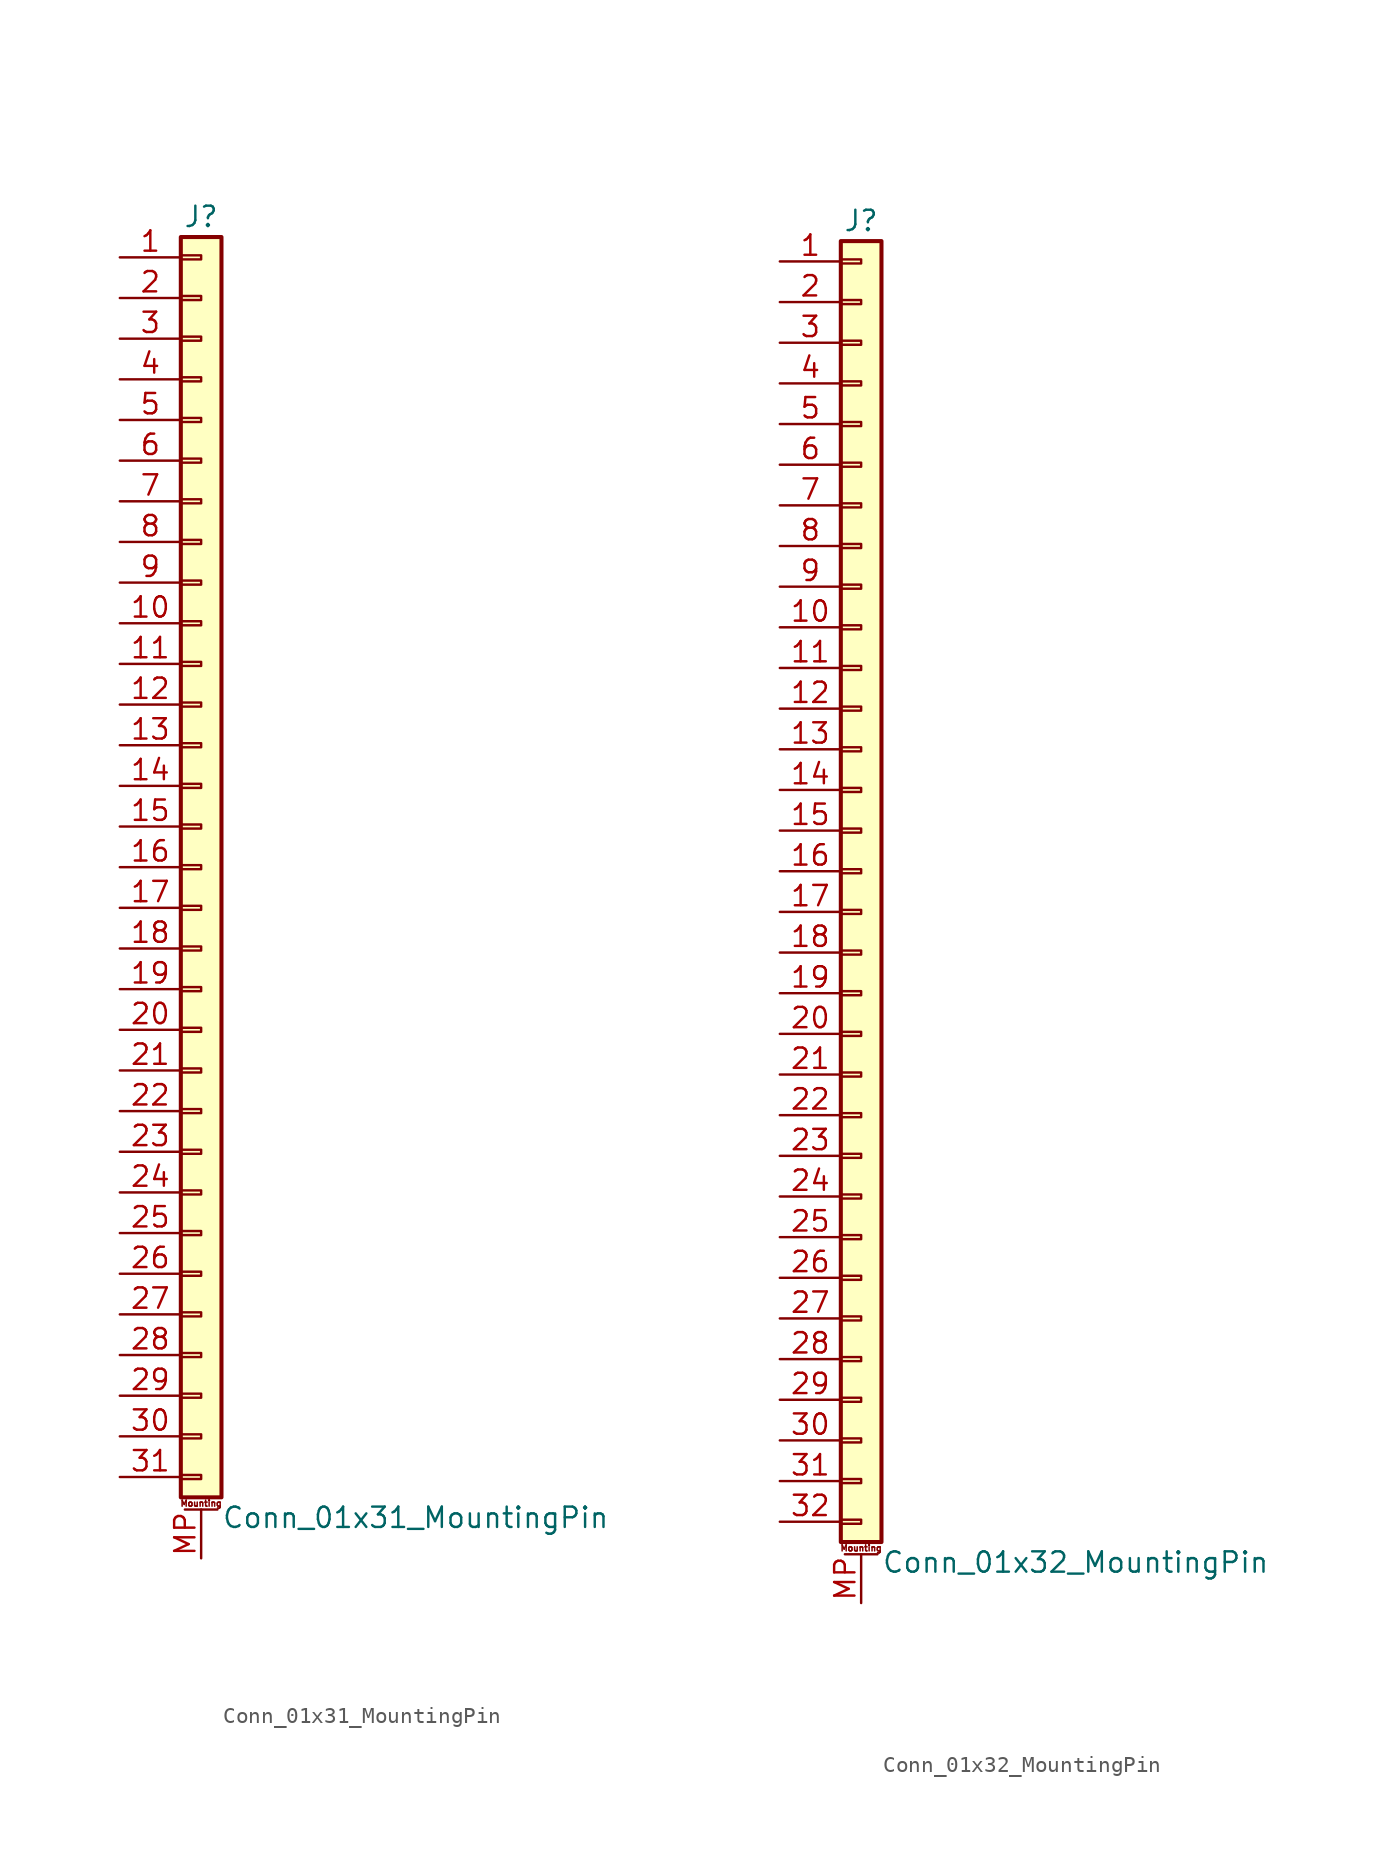
<source format=kicad_sym>
(kicad_symbol_lib
  (version 20211014)
  (generator kicad_symbol_editor)
  (symbol "Conn_01x31_MountingPin"
    (pin_names
      (offset 1.016) hide)
    (property "Reference" "J"
      (at 0 40.64 0)
      (effects (font (size 1.27 1.27))))
    (property "Value" "Conn_01x31_MountingPin"
      (at 1.27 -40.64 0)
      (effects (font (size 1.27 1.27)) (justify left)))
    (symbol "Conn_01x31_MountingPin_1_1"
      (rectangle (start -1.27 -37.973) (end 0 -38.227) (stroke (width 0.152) (type default) (color 0 0 0 0)) (fill (type none)))
      (rectangle (start -1.27 -35.433) (end 0 -35.687) (stroke (width 0.152) (type default) (color 0 0 0 0)) (fill (type none)))
      (rectangle (start -1.27 -32.893) (end 0 -33.147) (stroke (width 0.152) (type default) (color 0 0 0 0)) (fill (type none)))
      (rectangle (start -1.27 -30.353) (end 0 -30.607) (stroke (width 0.152) (type default) (color 0 0 0 0)) (fill (type none)))
      (rectangle (start -1.27 -27.813) (end 0 -28.067) (stroke (width 0.152) (type default) (color 0 0 0 0)) (fill (type none)))
      (rectangle (start -1.27 -25.273) (end 0 -25.527) (stroke (width 0.152) (type default) (color 0 0 0 0)) (fill (type none)))
      (rectangle (start -1.27 -22.733) (end 0 -22.987) (stroke (width 0.152) (type default) (color 0 0 0 0)) (fill (type none)))
      (rectangle (start -1.27 -20.193) (end 0 -20.447) (stroke (width 0.152) (type default) (color 0 0 0 0)) (fill (type none)))
      (rectangle (start -1.27 -17.653) (end 0 -17.907) (stroke (width 0.152) (type default) (color 0 0 0 0)) (fill (type none)))
      (rectangle (start -1.27 -15.113) (end 0 -15.367) (stroke (width 0.152) (type default) (color 0 0 0 0)) (fill (type none)))
      (rectangle (start -1.27 -12.573) (end 0 -12.827) (stroke (width 0.152) (type default) (color 0 0 0 0)) (fill (type none)))
      (rectangle (start -1.27 -10.033) (end 0 -10.287) (stroke (width 0.152) (type default) (color 0 0 0 0)) (fill (type none)))
      (rectangle (start -1.27 -7.493) (end 0 -7.747) (stroke (width 0.152) (type default) (color 0 0 0 0)) (fill (type none)))
      (rectangle (start -1.27 -4.953) (end 0 -5.207) (stroke (width 0.152) (type default) (color 0 0 0 0)) (fill (type none)))
      (rectangle (start -1.27 -2.413) (end 0 -2.667) (stroke (width 0.152) (type default) (color 0 0 0 0)) (fill (type none)))
      (rectangle (start -1.27 0.127) (end 0 -0.127) (stroke (width 0.152) (type default) (color 0 0 0 0)) (fill (type none)))
      (rectangle (start -1.27 2.667) (end 0 2.413) (stroke (width 0.152) (type default) (color 0 0 0 0)) (fill (type none)))
      (rectangle (start -1.27 5.207) (end 0 4.953) (stroke (width 0.152) (type default) (color 0 0 0 0)) (fill (type none)))
      (rectangle (start -1.27 7.747) (end 0 7.493) (stroke (width 0.152) (type default) (color 0 0 0 0)) (fill (type none)))
      (rectangle (start -1.27 10.287) (end 0 10.033) (stroke (width 0.152) (type default) (color 0 0 0 0)) (fill (type none)))
      (rectangle (start -1.27 12.827) (end 0 12.573) (stroke (width 0.152) (type default) (color 0 0 0 0)) (fill (type none)))
      (rectangle (start -1.27 15.367) (end 0 15.113) (stroke (width 0.152) (type default) (color 0 0 0 0)) (fill (type none)))
      (rectangle (start -1.27 17.907) (end 0 17.653) (stroke (width 0.152) (type default) (color 0 0 0 0)) (fill (type none)))
      (rectangle (start -1.27 20.447) (end 0 20.193) (stroke (width 0.152) (type default) (color 0 0 0 0)) (fill (type none)))
      (rectangle (start -1.27 22.987) (end 0 22.733) (stroke (width 0.152) (type default) (color 0 0 0 0)) (fill (type none)))
      (rectangle (start -1.27 25.527) (end 0 25.273) (stroke (width 0.152) (type default) (color 0 0 0 0)) (fill (type none)))
      (rectangle (start -1.27 28.067) (end 0 27.813) (stroke (width 0.152) (type default) (color 0 0 0 0)) (fill (type none)))
      (rectangle (start -1.27 30.607) (end 0 30.353) (stroke (width 0.152) (type default) (color 0 0 0 0)) (fill (type none)))
      (rectangle (start -1.27 33.147) (end 0 32.893) (stroke (width 0.152) (type default) (color 0 0 0 0)) (fill (type none)))
      (rectangle (start -1.27 35.687) (end 0 35.433) (stroke (width 0.152) (type default) (color 0 0 0 0)) (fill (type none)))
      (rectangle (start -1.27 38.227) (end 0 37.973) (stroke (width 0.152) (type default) (color 0 0 0 0)) (fill (type none)))
      (rectangle (start -1.27 39.37) (end 1.27 -39.37) (stroke (width 0.254) (type default) (color 0 0 0 0)) (fill (type background)))
      (polyline (pts (xy -1.016 -40.132) (xy 1.016 -40.132)) (stroke (width 0.152) (type default) (color 0 0 0 0)) (fill (type none)))
      (text "Mounting" (at 0 -39.751 0) (effects (font (size 0.381 0.381))))
      (pin passive line (at -5.08 38.1 0) (length 3.81) (name "Pin_1" (effects (font (size 1.27 1.27)))) (number "1" (effects (font (size 1.27 1.27)))))
      (pin passive line (at -5.08 15.24 0) (length 3.81) (name "Pin_10" (effects (font (size 1.27 1.27)))) (number "10" (effects (font (size 1.27 1.27)))))
      (pin passive line (at -5.08 12.7 0) (length 3.81) (name "Pin_11" (effects (font (size 1.27 1.27)))) (number "11" (effects (font (size 1.27 1.27)))))
      (pin passive line (at -5.08 10.16 0) (length 3.81) (name "Pin_12" (effects (font (size 1.27 1.27)))) (number "12" (effects (font (size 1.27 1.27)))))
      (pin passive line (at -5.08 7.62 0) (length 3.81) (name "Pin_13" (effects (font (size 1.27 1.27)))) (number "13" (effects (font (size 1.27 1.27)))))
      (pin passive line (at -5.08 5.08 0) (length 3.81) (name "Pin_14" (effects (font (size 1.27 1.27)))) (number "14" (effects (font (size 1.27 1.27)))))
      (pin passive line (at -5.08 2.54 0) (length 3.81) (name "Pin_15" (effects (font (size 1.27 1.27)))) (number "15" (effects (font (size 1.27 1.27)))))
      (pin passive line (at -5.08 0 0) (length 3.81) (name "Pin_16" (effects (font (size 1.27 1.27)))) (number "16" (effects (font (size 1.27 1.27)))))
      (pin passive line (at -5.08 -2.54 0) (length 3.81) (name "Pin_17" (effects (font (size 1.27 1.27)))) (number "17" (effects (font (size 1.27 1.27)))))
      (pin passive line (at -5.08 -5.08 0) (length 3.81) (name "Pin_18" (effects (font (size 1.27 1.27)))) (number "18" (effects (font (size 1.27 1.27)))))
      (pin passive line (at -5.08 -7.62 0) (length 3.81) (name "Pin_19" (effects (font (size 1.27 1.27)))) (number "19" (effects (font (size 1.27 1.27)))))
      (pin passive line (at -5.08 35.56 0) (length 3.81) (name "Pin_2" (effects (font (size 1.27 1.27)))) (number "2" (effects (font (size 1.27 1.27)))))
      (pin passive line (at -5.08 -10.16 0) (length 3.81) (name "Pin_20" (effects (font (size 1.27 1.27)))) (number "20" (effects (font (size 1.27 1.27)))))
      (pin passive line (at -5.08 -12.7 0) (length 3.81) (name "Pin_21" (effects (font (size 1.27 1.27)))) (number "21" (effects (font (size 1.27 1.27)))))
      (pin passive line (at -5.08 -15.24 0) (length 3.81) (name "Pin_22" (effects (font (size 1.27 1.27)))) (number "22" (effects (font (size 1.27 1.27)))))
      (pin passive line (at -5.08 -17.78 0) (length 3.81) (name "Pin_23" (effects (font (size 1.27 1.27)))) (number "23" (effects (font (size 1.27 1.27)))))
      (pin passive line (at -5.08 -20.32 0) (length 3.81) (name "Pin_24" (effects (font (size 1.27 1.27)))) (number "24" (effects (font (size 1.27 1.27)))))
      (pin passive line (at -5.08 -22.86 0) (length 3.81) (name "Pin_25" (effects (font (size 1.27 1.27)))) (number "25" (effects (font (size 1.27 1.27)))))
      (pin passive line (at -5.08 -25.4 0) (length 3.81) (name "Pin_26" (effects (font (size 1.27 1.27)))) (number "26" (effects (font (size 1.27 1.27)))))
      (pin passive line (at -5.08 -27.94 0) (length 3.81) (name "Pin_27" (effects (font (size 1.27 1.27)))) (number "27" (effects (font (size 1.27 1.27)))))
      (pin passive line (at -5.08 -30.48 0) (length 3.81) (name "Pin_28" (effects (font (size 1.27 1.27)))) (number "28" (effects (font (size 1.27 1.27)))))
      (pin passive line (at -5.08 -33.02 0) (length 3.81) (name "Pin_29" (effects (font (size 1.27 1.27)))) (number "29" (effects (font (size 1.27 1.27)))))
      (pin passive line (at -5.08 33.02 0) (length 3.81) (name "Pin_3" (effects (font (size 1.27 1.27)))) (number "3" (effects (font (size 1.27 1.27)))))
      (pin passive line (at -5.08 -35.56 0) (length 3.81) (name "Pin_30" (effects (font (size 1.27 1.27)))) (number "30" (effects (font (size 1.27 1.27)))))
      (pin passive line (at -5.08 -38.1 0) (length 3.81) (name "Pin_31" (effects (font (size 1.27 1.27)))) (number "31" (effects (font (size 1.27 1.27)))))
      (pin passive line (at -5.08 30.48 0) (length 3.81) (name "Pin_4" (effects (font (size 1.27 1.27)))) (number "4" (effects (font (size 1.27 1.27)))))
      (pin passive line (at -5.08 27.94 0) (length 3.81) (name "Pin_5" (effects (font (size 1.27 1.27)))) (number "5" (effects (font (size 1.27 1.27)))))
      (pin passive line (at -5.08 25.4 0) (length 3.81) (name "Pin_6" (effects (font (size 1.27 1.27)))) (number "6" (effects (font (size 1.27 1.27)))))
      (pin passive line (at -5.08 22.86 0) (length 3.81) (name "Pin_7" (effects (font (size 1.27 1.27)))) (number "7" (effects (font (size 1.27 1.27)))))
      (pin passive line (at -5.08 20.32 0) (length 3.81) (name "Pin_8" (effects (font (size 1.27 1.27)))) (number "8" (effects (font (size 1.27 1.27)))))
      (pin passive line (at -5.08 17.78 0) (length 3.81) (name "Pin_9" (effects (font (size 1.27 1.27)))) (number "9" (effects (font (size 1.27 1.27)))))
      (pin passive line (at 0 -43.18 90) (length 3.048) (name "MountPin" (effects (font (size 1.27 1.27)))) (number "MP" (effects (font (size 1.27 1.27)))))))
  (symbol "Conn_01x32_MountingPin"
    (pin_names
      (offset 1.016) hide)
    (property "Reference" "J"
      (at 0 40.64 0)
      (effects (font (size 1.27 1.27))))
    (property "Value" "Conn_01x32_MountingPin"
      (at 1.27 -43.18 0)
      (effects (font (size 1.27 1.27)) (justify left)))
    (symbol "Conn_01x32_MountingPin_1_1"
      (rectangle (start -1.27 -40.513) (end 0 -40.767) (stroke (width 0.152) (type default) (color 0 0 0 0)) (fill (type none)))
      (rectangle (start -1.27 -37.973) (end 0 -38.227) (stroke (width 0.152) (type default) (color 0 0 0 0)) (fill (type none)))
      (rectangle (start -1.27 -35.433) (end 0 -35.687) (stroke (width 0.152) (type default) (color 0 0 0 0)) (fill (type none)))
      (rectangle (start -1.27 -32.893) (end 0 -33.147) (stroke (width 0.152) (type default) (color 0 0 0 0)) (fill (type none)))
      (rectangle (start -1.27 -30.353) (end 0 -30.607) (stroke (width 0.152) (type default) (color 0 0 0 0)) (fill (type none)))
      (rectangle (start -1.27 -27.813) (end 0 -28.067) (stroke (width 0.152) (type default) (color 0 0 0 0)) (fill (type none)))
      (rectangle (start -1.27 -25.273) (end 0 -25.527) (stroke (width 0.152) (type default) (color 0 0 0 0)) (fill (type none)))
      (rectangle (start -1.27 -22.733) (end 0 -22.987) (stroke (width 0.152) (type default) (color 0 0 0 0)) (fill (type none)))
      (rectangle (start -1.27 -20.193) (end 0 -20.447) (stroke (width 0.152) (type default) (color 0 0 0 0)) (fill (type none)))
      (rectangle (start -1.27 -17.653) (end 0 -17.907) (stroke (width 0.152) (type default) (color 0 0 0 0)) (fill (type none)))
      (rectangle (start -1.27 -15.113) (end 0 -15.367) (stroke (width 0.152) (type default) (color 0 0 0 0)) (fill (type none)))
      (rectangle (start -1.27 -12.573) (end 0 -12.827) (stroke (width 0.152) (type default) (color 0 0 0 0)) (fill (type none)))
      (rectangle (start -1.27 -10.033) (end 0 -10.287) (stroke (width 0.152) (type default) (color 0 0 0 0)) (fill (type none)))
      (rectangle (start -1.27 -7.493) (end 0 -7.747) (stroke (width 0.152) (type default) (color 0 0 0 0)) (fill (type none)))
      (rectangle (start -1.27 -4.953) (end 0 -5.207) (stroke (width 0.152) (type default) (color 0 0 0 0)) (fill (type none)))
      (rectangle (start -1.27 -2.413) (end 0 -2.667) (stroke (width 0.152) (type default) (color 0 0 0 0)) (fill (type none)))
      (rectangle (start -1.27 0.127) (end 0 -0.127) (stroke (width 0.152) (type default) (color 0 0 0 0)) (fill (type none)))
      (rectangle (start -1.27 2.667) (end 0 2.413) (stroke (width 0.152) (type default) (color 0 0 0 0)) (fill (type none)))
      (rectangle (start -1.27 5.207) (end 0 4.953) (stroke (width 0.152) (type default) (color 0 0 0 0)) (fill (type none)))
      (rectangle (start -1.27 7.747) (end 0 7.493) (stroke (width 0.152) (type default) (color 0 0 0 0)) (fill (type none)))
      (rectangle (start -1.27 10.287) (end 0 10.033) (stroke (width 0.152) (type default) (color 0 0 0 0)) (fill (type none)))
      (rectangle (start -1.27 12.827) (end 0 12.573) (stroke (width 0.152) (type default) (color 0 0 0 0)) (fill (type none)))
      (rectangle (start -1.27 15.367) (end 0 15.113) (stroke (width 0.152) (type default) (color 0 0 0 0)) (fill (type none)))
      (rectangle (start -1.27 17.907) (end 0 17.653) (stroke (width 0.152) (type default) (color 0 0 0 0)) (fill (type none)))
      (rectangle (start -1.27 20.447) (end 0 20.193) (stroke (width 0.152) (type default) (color 0 0 0 0)) (fill (type none)))
      (rectangle (start -1.27 22.987) (end 0 22.733) (stroke (width 0.152) (type default) (color 0 0 0 0)) (fill (type none)))
      (rectangle (start -1.27 25.527) (end 0 25.273) (stroke (width 0.152) (type default) (color 0 0 0 0)) (fill (type none)))
      (rectangle (start -1.27 28.067) (end 0 27.813) (stroke (width 0.152) (type default) (color 0 0 0 0)) (fill (type none)))
      (rectangle (start -1.27 30.607) (end 0 30.353) (stroke (width 0.152) (type default) (color 0 0 0 0)) (fill (type none)))
      (rectangle (start -1.27 33.147) (end 0 32.893) (stroke (width 0.152) (type default) (color 0 0 0 0)) (fill (type none)))
      (rectangle (start -1.27 35.687) (end 0 35.433) (stroke (width 0.152) (type default) (color 0 0 0 0)) (fill (type none)))
      (rectangle (start -1.27 38.227) (end 0 37.973) (stroke (width 0.152) (type default) (color 0 0 0 0)) (fill (type none)))
      (rectangle (start -1.27 39.37) (end 1.27 -41.91) (stroke (width 0.254) (type default) (color 0 0 0 0)) (fill (type background)))
      (polyline (pts (xy -1.016 -42.672) (xy 1.016 -42.672)) (stroke (width 0.152) (type default) (color 0 0 0 0)) (fill (type none)))
      (text "Mounting" (at 0 -42.291 0) (effects (font (size 0.381 0.381))))
      (pin passive line (at -5.08 38.1 0) (length 3.81) (name "Pin_1" (effects (font (size 1.27 1.27)))) (number "1" (effects (font (size 1.27 1.27)))))
      (pin passive line (at -5.08 15.24 0) (length 3.81) (name "Pin_10" (effects (font (size 1.27 1.27)))) (number "10" (effects (font (size 1.27 1.27)))))
      (pin passive line (at -5.08 12.7 0) (length 3.81) (name "Pin_11" (effects (font (size 1.27 1.27)))) (number "11" (effects (font (size 1.27 1.27)))))
      (pin passive line (at -5.08 10.16 0) (length 3.81) (name "Pin_12" (effects (font (size 1.27 1.27)))) (number "12" (effects (font (size 1.27 1.27)))))
      (pin passive line (at -5.08 7.62 0) (length 3.81) (name "Pin_13" (effects (font (size 1.27 1.27)))) (number "13" (effects (font (size 1.27 1.27)))))
      (pin passive line (at -5.08 5.08 0) (length 3.81) (name "Pin_14" (effects (font (size 1.27 1.27)))) (number "14" (effects (font (size 1.27 1.27)))))
      (pin passive line (at -5.08 2.54 0) (length 3.81) (name "Pin_15" (effects (font (size 1.27 1.27)))) (number "15" (effects (font (size 1.27 1.27)))))
      (pin passive line (at -5.08 0 0) (length 3.81) (name "Pin_16" (effects (font (size 1.27 1.27)))) (number "16" (effects (font (size 1.27 1.27)))))
      (pin passive line (at -5.08 -2.54 0) (length 3.81) (name "Pin_17" (effects (font (size 1.27 1.27)))) (number "17" (effects (font (size 1.27 1.27)))))
      (pin passive line (at -5.08 -5.08 0) (length 3.81) (name "Pin_18" (effects (font (size 1.27 1.27)))) (number "18" (effects (font (size 1.27 1.27)))))
      (pin passive line (at -5.08 -7.62 0) (length 3.81) (name "Pin_19" (effects (font (size 1.27 1.27)))) (number "19" (effects (font (size 1.27 1.27)))))
      (pin passive line (at -5.08 35.56 0) (length 3.81) (name "Pin_2" (effects (font (size 1.27 1.27)))) (number "2" (effects (font (size 1.27 1.27)))))
      (pin passive line (at -5.08 -10.16 0) (length 3.81) (name "Pin_20" (effects (font (size 1.27 1.27)))) (number "20" (effects (font (size 1.27 1.27)))))
      (pin passive line (at -5.08 -12.7 0) (length 3.81) (name "Pin_21" (effects (font (size 1.27 1.27)))) (number "21" (effects (font (size 1.27 1.27)))))
      (pin passive line (at -5.08 -15.24 0) (length 3.81) (name "Pin_22" (effects (font (size 1.27 1.27)))) (number "22" (effects (font (size 1.27 1.27)))))
      (pin passive line (at -5.08 -17.78 0) (length 3.81) (name "Pin_23" (effects (font (size 1.27 1.27)))) (number "23" (effects (font (size 1.27 1.27)))))
      (pin passive line (at -5.08 -20.32 0) (length 3.81) (name "Pin_24" (effects (font (size 1.27 1.27)))) (number "24" (effects (font (size 1.27 1.27)))))
      (pin passive line (at -5.08 -22.86 0) (length 3.81) (name "Pin_25" (effects (font (size 1.27 1.27)))) (number "25" (effects (font (size 1.27 1.27)))))
      (pin passive line (at -5.08 -25.4 0) (length 3.81) (name "Pin_26" (effects (font (size 1.27 1.27)))) (number "26" (effects (font (size 1.27 1.27)))))
      (pin passive line (at -5.08 -27.94 0) (length 3.81) (name "Pin_27" (effects (font (size 1.27 1.27)))) (number "27" (effects (font (size 1.27 1.27)))))
      (pin passive line (at -5.08 -30.48 0) (length 3.81) (name "Pin_28" (effects (font (size 1.27 1.27)))) (number "28" (effects (font (size 1.27 1.27)))))
      (pin passive line (at -5.08 -33.02 0) (length 3.81) (name "Pin_29" (effects (font (size 1.27 1.27)))) (number "29" (effects (font (size 1.27 1.27)))))
      (pin passive line (at -5.08 33.02 0) (length 3.81) (name "Pin_3" (effects (font (size 1.27 1.27)))) (number "3" (effects (font (size 1.27 1.27)))))
      (pin passive line (at -5.08 -35.56 0) (length 3.81) (name "Pin_30" (effects (font (size 1.27 1.27)))) (number "30" (effects (font (size 1.27 1.27)))))
      (pin passive line (at -5.08 -38.1 0) (length 3.81) (name "Pin_31" (effects (font (size 1.27 1.27)))) (number "31" (effects (font (size 1.27 1.27)))))
      (pin passive line (at -5.08 -40.64 0) (length 3.81) (name "Pin_32" (effects (font (size 1.27 1.27)))) (number "32" (effects (font (size 1.27 1.27)))))
      (pin passive line (at -5.08 30.48 0) (length 3.81) (name "Pin_4" (effects (font (size 1.27 1.27)))) (number "4" (effects (font (size 1.27 1.27)))))
      (pin passive line (at -5.08 27.94 0) (length 3.81) (name "Pin_5" (effects (font (size 1.27 1.27)))) (number "5" (effects (font (size 1.27 1.27)))))
      (pin passive line (at -5.08 25.4 0) (length 3.81) (name "Pin_6" (effects (font (size 1.27 1.27)))) (number "6" (effects (font (size 1.27 1.27)))))
      (pin passive line (at -5.08 22.86 0) (length 3.81) (name "Pin_7" (effects (font (size 1.27 1.27)))) (number "7" (effects (font (size 1.27 1.27)))))
      (pin passive line (at -5.08 20.32 0) (length 3.81) (name "Pin_8" (effects (font (size 1.27 1.27)))) (number "8" (effects (font (size 1.27 1.27)))))
      (pin passive line (at -5.08 17.78 0) (length 3.81) (name "Pin_9" (effects (font (size 1.27 1.27)))) (number "9" (effects (font (size 1.27 1.27)))))
      (pin passive line (at 0 -45.72 90) (length 3.048) (name "MountPin" (effects (font (size 1.27 1.27)))) (number "MP" (effects (font (size 1.27 1.27))))))))
</source>
